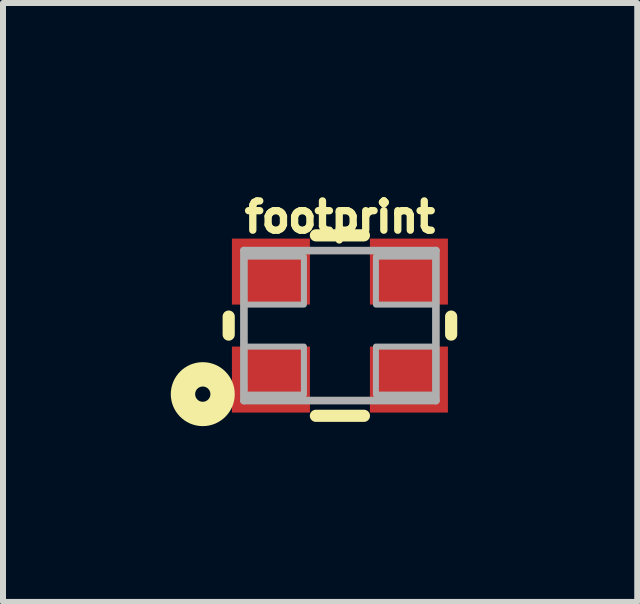
<source format=kicad_pcb>
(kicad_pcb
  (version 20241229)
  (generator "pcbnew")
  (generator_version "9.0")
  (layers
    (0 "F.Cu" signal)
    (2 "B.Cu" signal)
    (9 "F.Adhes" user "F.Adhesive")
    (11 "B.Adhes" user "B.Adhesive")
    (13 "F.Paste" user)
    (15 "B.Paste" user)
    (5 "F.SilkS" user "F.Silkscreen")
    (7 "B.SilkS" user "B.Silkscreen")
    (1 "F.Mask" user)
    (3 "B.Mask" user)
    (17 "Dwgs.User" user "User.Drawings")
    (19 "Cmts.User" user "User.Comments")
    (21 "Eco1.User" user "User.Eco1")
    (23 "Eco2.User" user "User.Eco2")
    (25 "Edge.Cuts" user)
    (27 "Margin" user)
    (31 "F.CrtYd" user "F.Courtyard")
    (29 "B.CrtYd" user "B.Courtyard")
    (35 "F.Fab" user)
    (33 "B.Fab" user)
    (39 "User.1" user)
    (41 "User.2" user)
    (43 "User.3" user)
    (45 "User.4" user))
  (footprint "footprint"
    (layer "F.Cu")
    (at 2.616 2.377)
    (property "Reference" "footprint" (at 0 -1.524 0) (layer "F.SilkS") (effects (font (size 0.488 0.488) (thickness 0.122)) (justify bottom)))
    (fp_line (start -1.854 0.15) (end -1.854 -0.15) (stroke (width 0.203) (type solid)) (layer "F.SilkS"))
    (fp_line (start -0.4 -1.504) (end 0.4 -1.504) (stroke (width 0.203) (type solid)) (layer "F.SilkS"))
    (fp_line (start 0.4 1.504) (end -0.4 1.504) (stroke (width 0.203) (type solid)) (layer "F.SilkS"))
    (fp_line (start 1.854 -0.15) (end 1.854 0.15) (stroke (width 0.203) (type solid)) (layer "F.SilkS"))
    (fp_circle (center -2.286 1.143) (end -2.159 1.143) (stroke (width 0.406) (type solid)) (fill no) (layer "F.SilkS"))
    (fp_line (start -1.6 -1.25) (end 1.6 -1.25) (stroke (width 0.127) (type solid)) (layer "F.Fab"))
    (fp_line (start -1.6 1.25) (end -1.6 -1.25) (stroke (width 0.127) (type solid)) (layer "F.Fab"))
    (fp_line (start 1.6 -1.25) (end 1.6 1.25) (stroke (width 0.127) (type solid)) (layer "F.Fab"))
    (fp_line (start 1.6 1.25) (end -1.6 1.25) (stroke (width 0.127) (type solid)) (layer "F.Fab"))
    (fp_poly (pts (xy -1.6 -0.35) (xy -0.6 -0.35) (xy -0.6 -1.15) (xy -1.6 -1.15)) (stroke (width 0.1) (type solid)) (fill no) (layer "F.Fab"))
    (fp_poly (pts (xy -1.6 1.15) (xy -0.6 1.15) (xy -0.6 0.35) (xy -1.6 0.35)) (stroke (width 0.1) (type solid)) (fill no) (layer "F.Fab"))
    (fp_poly (pts (xy 1.6 -1.15) (xy 0.6 -1.15) (xy 0.6 -0.35) (xy 1.6 -0.35)) (stroke (width 0.1) (type solid)) (fill no) (layer "F.Fab"))
    (fp_poly (pts (xy 1.6 0.35) (xy 0.6 0.35) (xy 0.6 1.15) (xy 1.6 1.15)) (stroke (width 0.1) (type solid)) (fill no) (layer "F.Fab"))
    (pad "1" smd rect (at -1.15 0.9 180) (size 1.3 1.1) (layers "F.Cu" "F.Mask" "F.Paste"))
    (pad "2" smd rect (at 1.15 0.9) (size 1.3 1.1) (layers "F.Cu" "F.Mask" "F.Paste"))
    (pad "3" smd rect (at 1.15 -0.9) (size 1.3 1.1) (layers "F.Cu" "F.Mask" "F.Paste"))
    (pad "4" smd rect (at -1.15 -0.9 180) (size 1.3 1.1) (layers "F.Cu" "F.Mask" "F.Paste")))
  (gr_rect
    (start -3 -3)
    (end 7.572 6.983)
    (stroke (width 0.1) (type default))
    (fill no)
    (layer "Edge.Cuts")))
</source>
